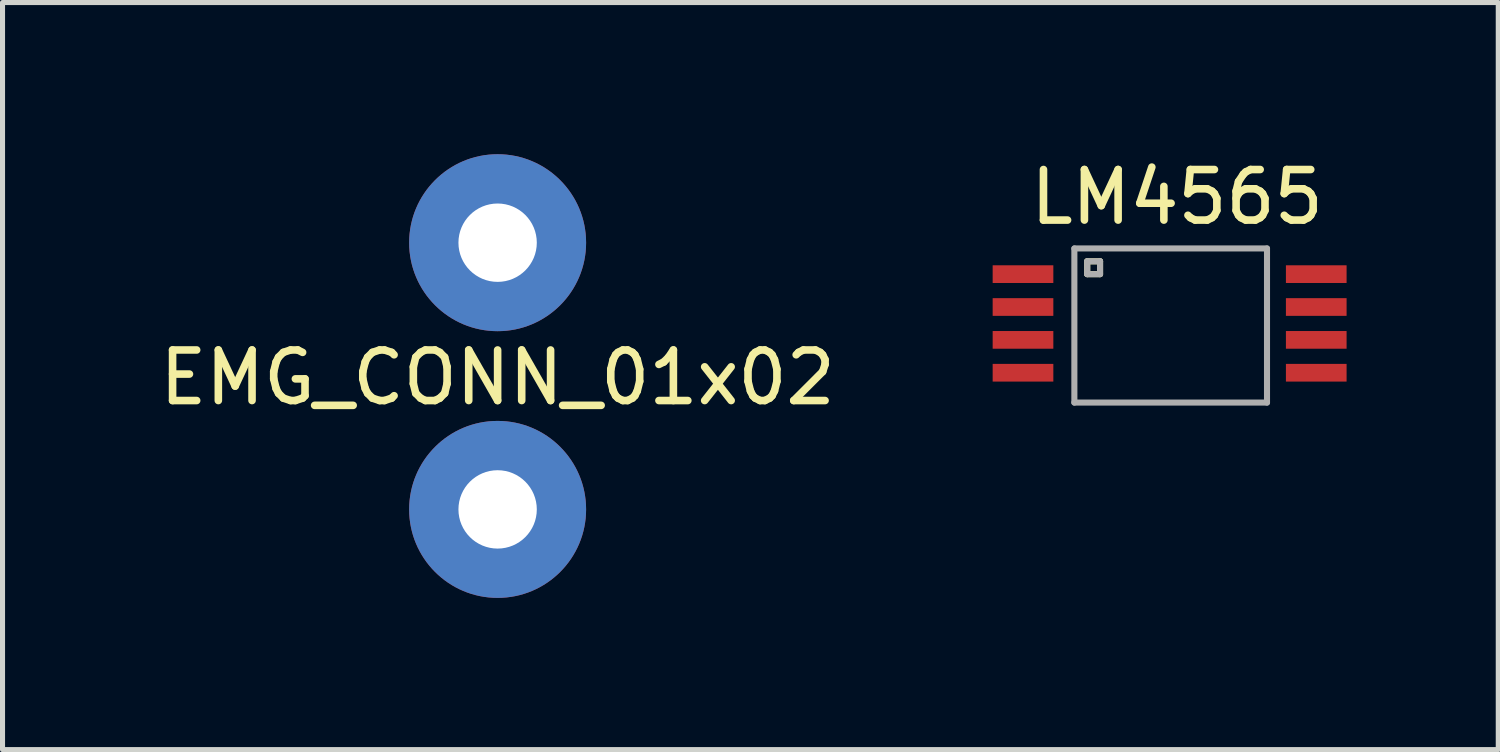
<source format=kicad_pcb>
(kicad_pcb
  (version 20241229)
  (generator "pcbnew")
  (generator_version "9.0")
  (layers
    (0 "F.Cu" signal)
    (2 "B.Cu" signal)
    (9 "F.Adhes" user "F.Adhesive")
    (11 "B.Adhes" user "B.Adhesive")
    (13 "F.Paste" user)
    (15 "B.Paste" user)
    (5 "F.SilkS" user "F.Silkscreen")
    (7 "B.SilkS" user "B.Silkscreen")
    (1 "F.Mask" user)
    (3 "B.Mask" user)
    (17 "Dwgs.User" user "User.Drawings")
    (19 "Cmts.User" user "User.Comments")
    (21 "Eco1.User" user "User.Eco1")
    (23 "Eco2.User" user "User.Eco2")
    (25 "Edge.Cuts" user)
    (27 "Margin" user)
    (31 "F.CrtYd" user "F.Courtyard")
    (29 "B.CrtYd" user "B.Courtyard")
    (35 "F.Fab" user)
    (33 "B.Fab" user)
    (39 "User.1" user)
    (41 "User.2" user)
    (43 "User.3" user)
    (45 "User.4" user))
  (footprint "EMG_CONN_01x02"
    (layer "F.Cu")
    (at 6.792 1.75)
    (property "Reference" "EMG_CONN_01x02" (at 0 2.667 0) (layer "F.SilkS") (effects (font (size 1 1) (thickness 0.15))))
    (attr through_hole)
    (pad "1" thru_hole circle (at 0 0) (size 3.5 3.5) (drill 1.55) (layers "*.Cu" "*.Mask"))
    (pad "2" thru_hole circle (at 0 5.275) (size 3.5 3.5) (drill 1.55) (layers "*.Cu" "*.Mask")))
  (footprint "LM4565"
    (layer "F.Cu")
    (at 17.183 2.372)
    (property "Reference" "LM4565" (at 3.048 -1.524 0) (layer "F.SilkS") (effects (font (size 1 1) (thickness 0.15))))
    (attr through_hole)
    (fp_line (start 1.27 0) (end 1.27 -0.254) (stroke (width 0.12) (type solid)) (layer "F.SilkS"))
    (fp_line (start 1.524 -0.254) (end 1.27 -0.254) (stroke (width 0.12) (type solid)) (layer "F.SilkS"))
    (fp_line (start 1.524 0) (end 1.27 0) (stroke (width 0.12) (type solid)) (layer "F.SilkS"))
    (fp_line (start 1.524 0) (end 1.524 -0.254) (stroke (width 0.12) (type solid)) (layer "F.SilkS"))
    (fp_line (start 1.016 -0.508) (end 1.016 2.54) (stroke (width 0.12) (type solid)) (layer "F.Fab"))
    (fp_line (start 1.016 2.54) (end 4.826 2.54) (stroke (width 0.12) (type solid)) (layer "F.Fab"))
    (fp_line (start 1.27 0) (end 1.27 -0.254) (stroke (width 0.12) (type solid)) (layer "F.Fab"))
    (fp_line (start 1.524 -0.254) (end 1.27 -0.254) (stroke (width 0.12) (type solid)) (layer "F.Fab"))
    (fp_line (start 1.524 0) (end 1.27 0) (stroke (width 0.12) (type solid)) (layer "F.Fab"))
    (fp_line (start 1.524 0) (end 1.524 -0.254) (stroke (width 0.12) (type solid)) (layer "F.Fab"))
    (fp_line (start 4.826 -0.508) (end 1.016 -0.508) (stroke (width 0.12) (type solid)) (layer "F.Fab"))
    (fp_line (start 4.826 2.54) (end 4.826 -0.508) (stroke (width 0.12) (type solid)) (layer "F.Fab"))
    (pad "1" smd rect (at 0 0) (size 1.2 0.35) (layers "F.Cu" "F.Mask" "F.Paste"))
    (pad "2" smd rect (at 0 0.65) (size 1.2 0.35) (layers "F.Cu" "F.Mask" "F.Paste"))
    (pad "3" smd rect (at 0 1.3) (size 1.2 0.35) (layers "F.Cu" "F.Mask" "F.Paste"))
    (pad "4" smd rect (at 0 1.95) (size 1.2 0.35) (layers "F.Cu" "F.Mask" "F.Paste"))
    (pad "5" smd rect (at 5.8 1.95) (size 1.2 0.35) (layers "F.Cu" "F.Mask" "F.Paste"))
    (pad "6" smd rect (at 5.8 1.3) (size 1.2 0.35) (layers "F.Cu" "F.Mask" "F.Paste"))
    (pad "7" smd rect (at 5.8 0.65) (size 1.2 0.35) (layers "F.Cu" "F.Mask" "F.Paste"))
    (pad "8" smd rect (at 5.8 0) (size 1.2 0.35) (layers "F.Cu" "F.Mask" "F.Paste")))
  (gr_rect
    (start -3 -3)
    (end 26.583 11.775)
    (stroke (width 0.1) (type default))
    (fill no)
    (layer "Edge.Cuts")))
</source>
